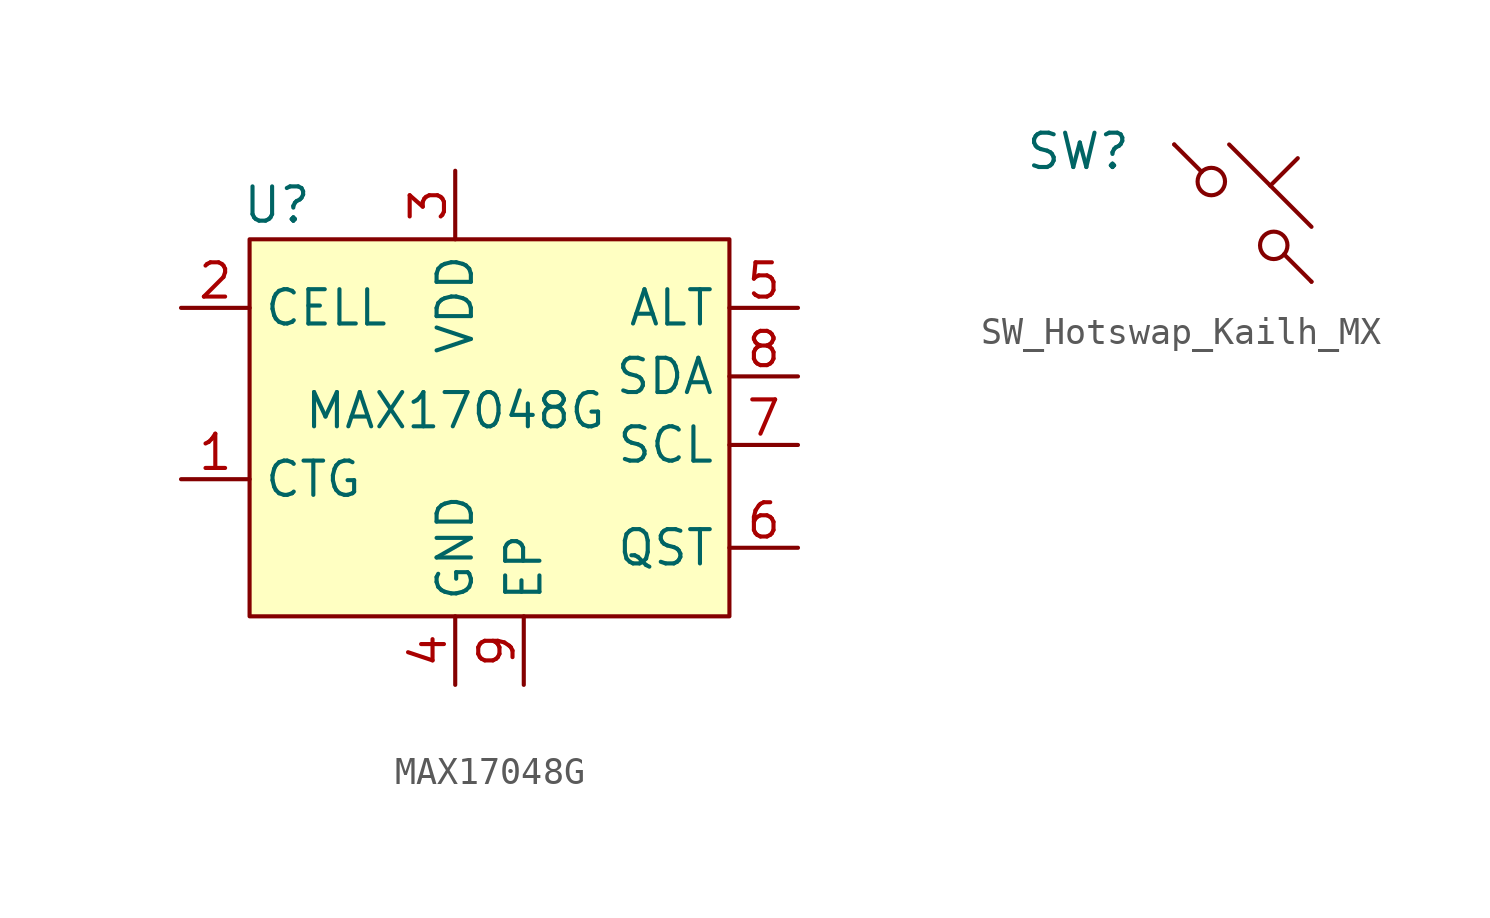
<source format=kicad_sym>
(kicad_symbol_lib
  (version 20241209)
  (generator "kicad_symbol_editor")
  (generator_version "9.0")
  (symbol "MAX17048G"
    (property "Reference" "U"
      (at -6.604 7.62 0)
      (effects (font (size 1.27 1.27))))
    (property "Value" "MAX17048G"
      (at 0 0 0)
      (effects (font (size 1.27 1.27))))
    (symbol "MAX17048G_0_1"
      (rectangle (start -7.62 6.35) (end 10.16 -7.62) (stroke (width 0) (type solid)) (fill (type background))))
    (symbol "MAX17048G_1_1"
      (pin passive line (at -10.16 3.81 0) (length 2.54) (name "CELL" (effects (font (size 1.27 1.27)))) (number "2" (effects (font (size 1.27 1.27)))))
      (pin passive line (at -10.16 -2.54 0) (length 2.54) (name "CTG" (effects (font (size 1.27 1.27)))) (number "1" (effects (font (size 1.27 1.27)))))
      (pin passive line (at 0 8.89 270) (length 2.54) (name "VDD" (effects (font (size 1.27 1.27)))) (number "3" (effects (font (size 1.27 1.27)))))
      (pin passive line (at 0 -10.16 90) (length 2.54) (name "GND" (effects (font (size 1.27 1.27)))) (number "4" (effects (font (size 1.27 1.27)))))
      (pin passive line (at 2.54 -10.16 90) (length 2.54) (name "EP" (effects (font (size 1.27 1.27)))) (number "9" (effects (font (size 1.27 1.27)))))
      (pin passive line (at 12.7 3.81 180) (length 2.54) (name "ALT" (effects (font (size 1.27 1.27)))) (number "5" (effects (font (size 1.27 1.27)))))
      (pin passive line (at 12.7 1.27 180) (length 2.54) (name "SDA" (effects (font (size 1.27 1.27)))) (number "8" (effects (font (size 1.27 1.27)))))
      (pin passive line (at 12.7 -1.27 180) (length 2.54) (name "SCL" (effects (font (size 1.27 1.27)))) (number "7" (effects (font (size 1.27 1.27)))))
      (pin passive line (at 12.7 -5.08 180) (length 2.54) (name "QST" (effects (font (size 1.27 1.27)))) (number "6" (effects (font (size 1.27 1.27)))))))
  (symbol "SW_Hotswap_Kailh_MX"
    (pin_numbers
      (hide yes))
    (pin_names
      (hide yes))
    (property "Reference" "SW"
      (at -6.096 2.286 0)
      (effects (font (size 1.27 1.27))))
    (property "Value" ""
      (at 0 0 0)
      (effects (font (size 1.27 1.27))))
    (symbol "SW_Hotswap_Kailh_MX_0_1"
      (polyline (pts (xy -2.54 2.54) (xy -1.524 1.524) (xy -1.524 1.524)) (stroke (width 0) (type default)) (fill (type none)))
      (circle (center -1.168 1.168) (radius 0.508) (stroke (width 0) (type default)) (fill (type none)))
      (polyline (pts (xy -0.508 2.54) (xy 2.54 -0.508)) (stroke (width 0) (type default)) (fill (type none)))
      (polyline (pts (xy 1.016 1.016) (xy 2.032 2.032)) (stroke (width 0) (type default)) (fill (type none)))
      (circle (center 1.143 -1.194) (radius 0.508) (stroke (width 0) (type default)) (fill (type none)))
      (polyline (pts (xy 1.524 -1.524) (xy 2.54 -2.54) (xy 2.54 -2.54) (xy 2.54 -2.54)) (stroke (width 0) (type default)) (fill (type none)))
      (pin passive line (at -2.54 2.54 0) (length 0) (name "1" (effects (font (size 1.27 1.27)))) (number "1" (effects (font (size 1.27 1.27)))))
      (pin passive line (at 2.54 -2.54 180) (length 0) (name "2" (effects (font (size 1.27 1.27)))) (number "2" (effects (font (size 1.27 1.27))))))))
</source>
